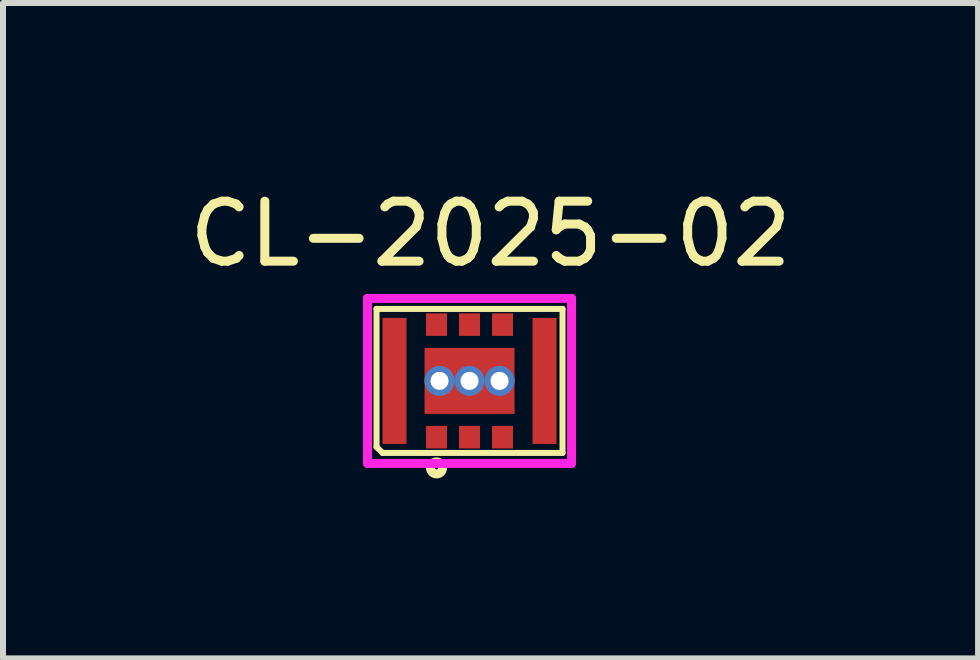
<source format=kicad_pcb>
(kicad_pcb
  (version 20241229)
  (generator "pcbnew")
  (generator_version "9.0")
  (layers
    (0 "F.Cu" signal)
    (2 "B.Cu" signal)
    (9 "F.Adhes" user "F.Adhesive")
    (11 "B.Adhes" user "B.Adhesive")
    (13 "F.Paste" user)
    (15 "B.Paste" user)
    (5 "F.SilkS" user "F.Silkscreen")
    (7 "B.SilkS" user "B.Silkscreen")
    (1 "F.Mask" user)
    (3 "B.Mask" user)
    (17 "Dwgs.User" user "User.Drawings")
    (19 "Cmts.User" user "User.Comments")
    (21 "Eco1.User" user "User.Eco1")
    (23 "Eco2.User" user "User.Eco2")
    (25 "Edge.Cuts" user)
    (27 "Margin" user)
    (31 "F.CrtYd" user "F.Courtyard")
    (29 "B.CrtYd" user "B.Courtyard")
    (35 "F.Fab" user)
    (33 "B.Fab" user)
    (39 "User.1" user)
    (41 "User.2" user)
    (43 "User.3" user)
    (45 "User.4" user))
  (footprint "CL-2025-02"
    (layer "F.Cu")
    (at 4.775 3.298)
    (property "Reference" "CL-2025-02" (at 0.35 -2.45 0) (layer "F.SilkS") (effects (font (size 1 1) (thickness 0.15))))
    (attr through_hole)
    (fp_line (start -1.55 -1.2) (end 1.55 -1.2) (stroke (width 0.1) (type solid)) (layer "F.SilkS"))
    (fp_line (start -1.55 1.1) (end -1.55 -1.2) (stroke (width 0.1) (type solid)) (layer "F.SilkS"))
    (fp_line (start -1.45 1.2) (end -1.55 1.1) (stroke (width 0.1) (type solid)) (layer "F.SilkS"))
    (fp_line (start 1.55 -1.2) (end 1.55 1.2) (stroke (width 0.1) (type solid)) (layer "F.SilkS"))
    (fp_line (start 1.55 1.2) (end -1.45 1.2) (stroke (width 0.1) (type solid)) (layer "F.SilkS"))
    (fp_circle (center -0.55 1.45) (end -0.45 1.45) (stroke (width 0.15) (type solid)) (fill no) (layer "F.SilkS"))
    (fp_poly (pts (xy -1.15 -1.025) (xy -1.425 -1.025) (xy -1.425 1) (xy -1.15 1)) (stroke (width 0) (type solid)) (fill yes) (layer "F.Paste"))
    (fp_poly (pts (xy -0.7 -1.1) (xy -0.4 -1.1) (xy -0.4 -0.8) (xy -0.7 -0.8)) (stroke (width 0) (type solid)) (fill yes) (layer "F.Paste"))
    (fp_poly (pts (xy -0.7 1.1) (xy -0.4 1.1) (xy -0.4 0.8) (xy -0.7 0.8)) (stroke (width 0) (type solid)) (fill yes) (layer "F.Paste"))
    (fp_poly (pts (xy -0.25 -0.45) (xy -0.25 0.45) (xy -0.65 0.45) (xy -0.65 -0.45)) (stroke (width 0) (type solid)) (fill yes) (layer "F.Paste"))
    (fp_poly (pts (xy -0.15 -0.8) (xy 0.15 -0.8) (xy 0.15 -1.1) (xy -0.15 -1.1)) (stroke (width 0) (type solid)) (fill yes) (layer "F.Paste"))
    (fp_poly (pts (xy -0.15 0.8) (xy 0.15 0.8) (xy 0.15 1.1) (xy -0.15 1.1)) (stroke (width 0) (type solid)) (fill yes) (layer "F.Paste"))
    (fp_poly (pts (xy 0.25 -0.45) (xy 0.65 -0.45) (xy 0.65 0.45) (xy 0.25 0.45)) (stroke (width 0) (type solid)) (fill yes) (layer "F.Paste"))
    (fp_poly (pts (xy 0.4 -0.8) (xy 0.7 -0.8) (xy 0.7 -1.1) (xy 0.4 -1.1)) (stroke (width 0) (type solid)) (fill yes) (layer "F.Paste"))
    (fp_poly (pts (xy 0.4 1.1) (xy 0.7 1.1) (xy 0.7 0.8) (xy 0.4 0.8)) (stroke (width 0) (type solid)) (fill yes) (layer "F.Paste"))
    (fp_poly (pts (xy 1.15 -1.025) (xy 1.425 -1.025) (xy 1.425 1.025) (xy 1.15 1.025)) (stroke (width 0) (type solid)) (fill yes) (layer "F.Paste"))
    (fp_line (start -1.7 -1.375) (end 1.7 -1.375) (stroke (width 0.15) (type solid)) (layer "F.CrtYd"))
    (fp_line (start -1.7 1.375) (end -1.7 -1.375) (stroke (width 0.15) (type solid)) (layer "F.CrtYd"))
    (fp_line (start 1.7 -1.375) (end 1.7 1.375) (stroke (width 0.15) (type solid)) (layer "F.CrtYd"))
    (fp_line (start 1.7 1.375) (end -1.7 1.375) (stroke (width 0.15) (type solid)) (layer "F.CrtYd"))
    (pad "1" smd rect (at -0.55 0.938) (size 0.35 0.375) (layers "F.Cu" "F.Mask"))
    (pad "2" smd rect (at 0 0.938) (size 0.35 0.375) (layers "F.Cu" "F.Mask"))
    (pad "3" smd rect (at 0.55 0.938) (size 0.35 0.375) (layers "F.Cu" "F.Mask"))
    (pad "4" smd rect (at 0.55 -0.938) (size 0.35 0.375) (layers "F.Cu" "F.Mask"))
    (pad "5" smd rect (at 0 -0.938) (size 0.35 0.375) (layers "F.Cu" "F.Mask"))
    (pad "6" smd rect (at -0.55 -0.938) (size 0.35 0.375) (layers "F.Cu" "F.Mask"))
    (pad "7" smd rect (at -1.25 0) (size 0.4 2.1) (layers "F.Cu" "F.Mask"))
    (pad "8" smd rect (at 1.25 0) (size 0.4 2.1) (layers "F.Cu" "F.Mask"))
    (pad "9" thru_hole circle (at -0.5 0) (size 0.5 0.5) (drill 0.3) (layers "*.Cu"))
    (pad "9" thru_hole circle (at 0 0) (size 0.5 0.5) (drill 0.3) (layers "*.Cu"))
    (pad "9" smd custom (at 0 0) (size 1.5 1.1) (layers "F.Cu" "F.Mask") (options (anchor rect)) (primitives))
    (pad "9" thru_hole circle (at 0.5 0) (size 0.5 0.5) (drill 0.3) (layers "*.Cu")))
  (gr_rect
    (start -3 -3)
    (end 13.25 7.923)
    (stroke (width 0.1) (type default))
    (fill no)
    (layer "Edge.Cuts")))
</source>
